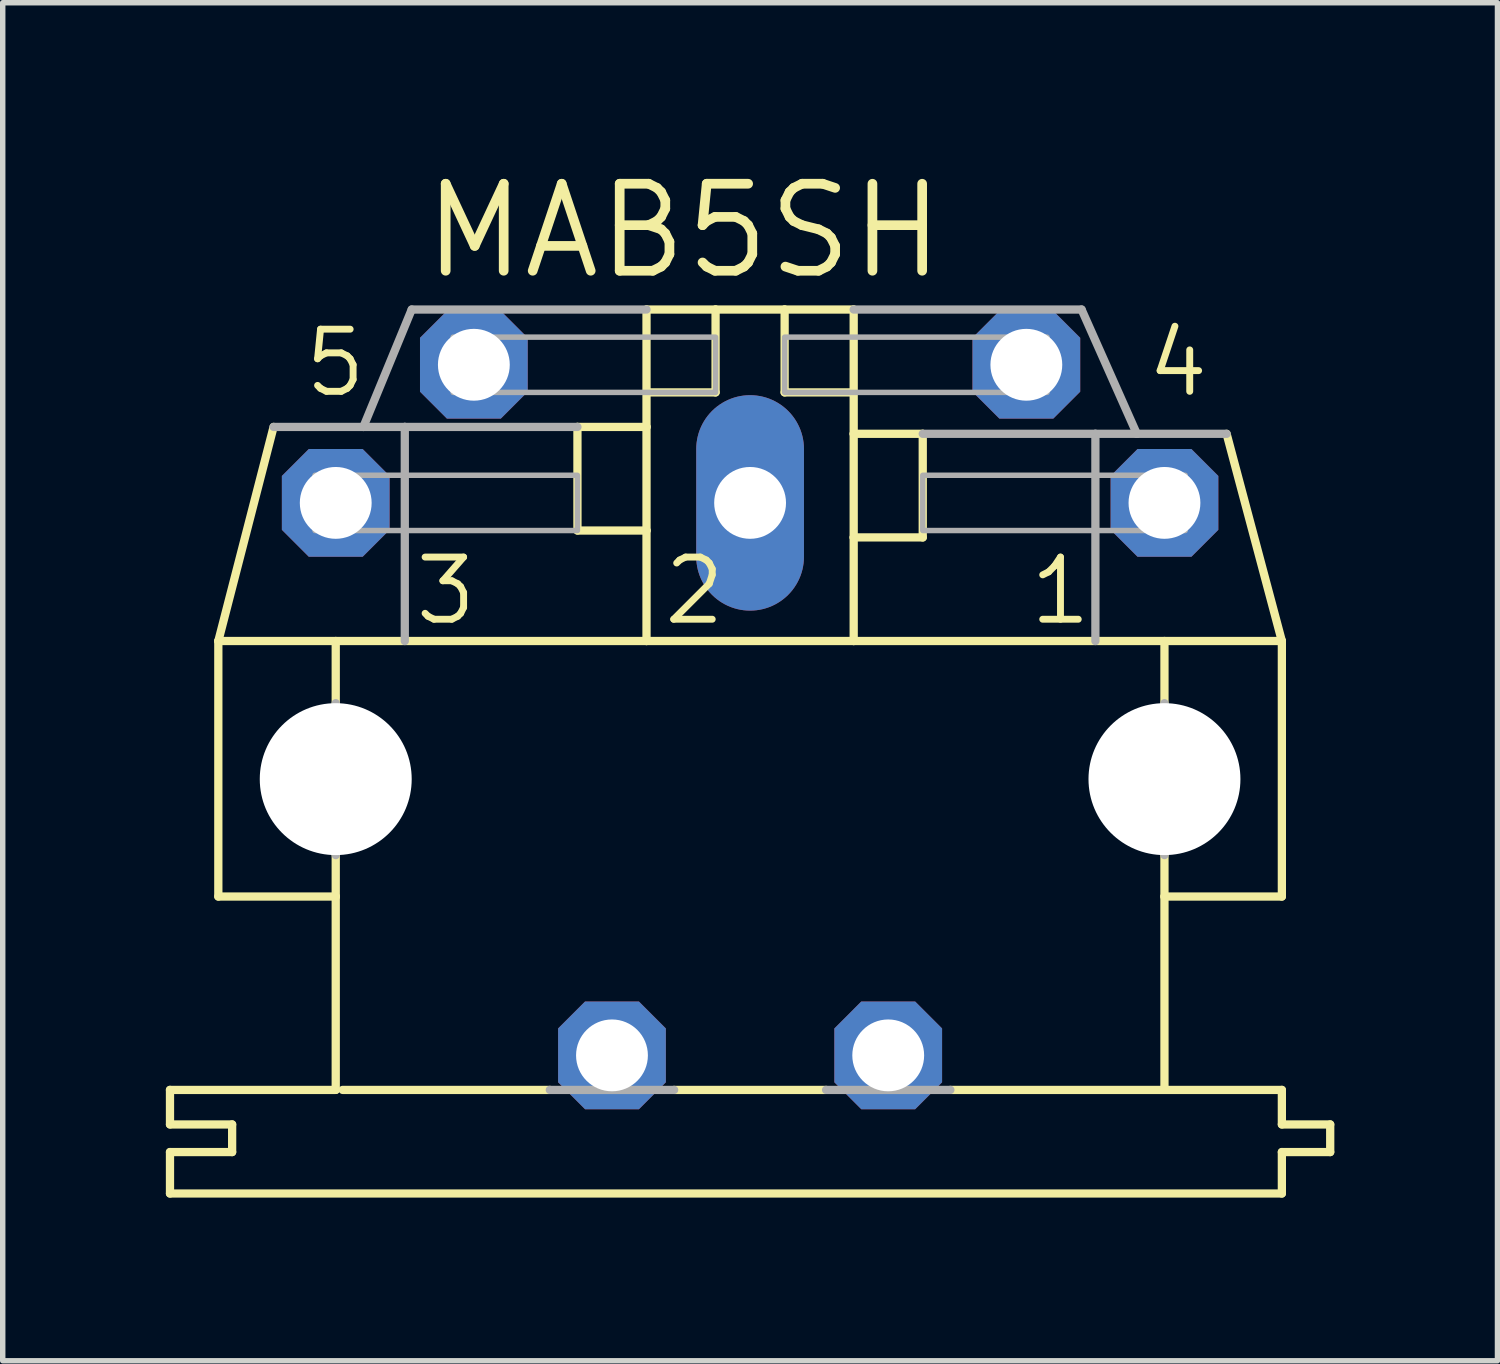
<source format=kicad_pcb>
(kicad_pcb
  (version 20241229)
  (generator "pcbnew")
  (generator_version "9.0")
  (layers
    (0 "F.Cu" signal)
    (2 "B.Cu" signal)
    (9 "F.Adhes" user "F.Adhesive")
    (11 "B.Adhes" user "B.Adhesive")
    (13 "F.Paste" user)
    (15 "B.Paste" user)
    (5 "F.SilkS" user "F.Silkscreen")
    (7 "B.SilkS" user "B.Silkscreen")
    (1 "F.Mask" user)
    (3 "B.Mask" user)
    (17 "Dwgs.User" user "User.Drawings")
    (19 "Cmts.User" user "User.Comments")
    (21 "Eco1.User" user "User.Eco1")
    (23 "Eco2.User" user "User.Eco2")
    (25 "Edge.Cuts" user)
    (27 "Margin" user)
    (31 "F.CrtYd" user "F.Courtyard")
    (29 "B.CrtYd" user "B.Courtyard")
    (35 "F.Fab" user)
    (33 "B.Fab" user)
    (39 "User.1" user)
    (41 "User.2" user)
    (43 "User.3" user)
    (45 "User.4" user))
  (footprint "MAB5SH"
    (layer "F.Cu")
    (at 10.744 11.278)
    (property "Reference" "MAB5SH" (at -6.096 -9.144 0) (layer "F.SilkS") (effects (font (size 1.6 1.6) (thickness 0.178)) (justify left bottom)))
    (fp_line (start -10.668 6.35) (end -10.668 5.715) (stroke (width 0.152) (type solid)) (layer "F.SilkS"))
    (fp_line (start -10.668 6.35) (end -9.525 6.35) (stroke (width 0.152) (type solid)) (layer "F.SilkS"))
    (fp_line (start -10.668 7.62) (end -10.668 6.858) (stroke (width 0.152) (type solid)) (layer "F.SilkS"))
    (fp_line (start -10.668 7.62) (end 9.779 7.62) (stroke (width 0.152) (type solid)) (layer "F.SilkS"))
    (fp_line (start -9.779 2.159) (end -9.779 -2.54) (stroke (width 0.152) (type solid)) (layer "F.SilkS"))
    (fp_line (start -9.779 2.159) (end -7.62 2.159) (stroke (width 0.152) (type solid)) (layer "F.SilkS"))
    (fp_line (start -9.525 6.858) (end -10.668 6.858) (stroke (width 0.152) (type solid)) (layer "F.SilkS"))
    (fp_line (start -9.525 6.858) (end -9.525 6.35) (stroke (width 0.152) (type solid)) (layer "F.SilkS"))
    (fp_line (start -8.763 -6.477) (end -9.779 -2.54) (stroke (width 0.152) (type solid)) (layer "F.SilkS"))
    (fp_line (start -7.62 -2.54) (end -9.779 -2.54) (stroke (width 0.152) (type solid)) (layer "F.SilkS"))
    (fp_line (start -7.62 -2.54) (end -7.62 -1.397) (stroke (width 0.152) (type solid)) (layer "F.SilkS"))
    (fp_line (start -7.62 2.159) (end -7.62 1.397) (stroke (width 0.152) (type solid)) (layer "F.SilkS"))
    (fp_line (start -7.62 5.715) (end -10.668 5.715) (stroke (width 0.152) (type solid)) (layer "F.SilkS"))
    (fp_line (start -7.62 5.715) (end -7.62 2.159) (stroke (width 0.152) (type solid)) (layer "F.SilkS"))
    (fp_line (start -7.493 5.715) (end -3.683 5.715) (stroke (width 0.152) (type solid)) (layer "F.SilkS"))
    (fp_line (start -3.175 -6.477) (end -3.175 -4.572) (stroke (width 0.152) (type solid)) (layer "F.SilkS"))
    (fp_line (start -1.905 -8.636) (end -1.905 -7.112) (stroke (width 0.152) (type solid)) (layer "F.SilkS"))
    (fp_line (start -1.905 -7.112) (end -1.905 -6.477) (stroke (width 0.152) (type solid)) (layer "F.SilkS"))
    (fp_line (start -1.905 -7.112) (end -0.635 -7.112) (stroke (width 0.152) (type solid)) (layer "F.SilkS"))
    (fp_line (start -1.905 -6.477) (end -3.175 -6.477) (stroke (width 0.152) (type solid)) (layer "F.SilkS"))
    (fp_line (start -1.905 -6.477) (end -1.905 -4.572) (stroke (width 0.152) (type solid)) (layer "F.SilkS"))
    (fp_line (start -1.905 -4.572) (end -3.175 -4.572) (stroke (width 0.152) (type solid)) (layer "F.SilkS"))
    (fp_line (start -1.905 -4.572) (end -1.905 -2.54) (stroke (width 0.152) (type solid)) (layer "F.SilkS"))
    (fp_line (start -1.905 -2.54) (end -7.62 -2.54) (stroke (width 0.152) (type solid)) (layer "F.SilkS"))
    (fp_line (start -1.397 5.715) (end 1.397 5.715) (stroke (width 0.152) (type solid)) (layer "F.SilkS"))
    (fp_line (start -0.635 -8.636) (end -1.905 -8.636) (stroke (width 0.152) (type solid)) (layer "F.SilkS"))
    (fp_line (start -0.635 -8.636) (end -0.635 -7.112) (stroke (width 0.152) (type solid)) (layer "F.SilkS"))
    (fp_line (start 0.635 -8.636) (end -0.635 -8.636) (stroke (width 0.152) (type solid)) (layer "F.SilkS"))
    (fp_line (start 0.635 -8.636) (end 0.635 -7.112) (stroke (width 0.152) (type solid)) (layer "F.SilkS"))
    (fp_line (start 1.905 -8.636) (end 0.635 -8.636) (stroke (width 0.152) (type solid)) (layer "F.SilkS"))
    (fp_line (start 1.905 -8.636) (end 1.905 -7.112) (stroke (width 0.152) (type solid)) (layer "F.SilkS"))
    (fp_line (start 1.905 -7.112) (end 0.635 -7.112) (stroke (width 0.152) (type solid)) (layer "F.SilkS"))
    (fp_line (start 1.905 -7.112) (end 1.905 -6.35) (stroke (width 0.152) (type solid)) (layer "F.SilkS"))
    (fp_line (start 1.905 -6.35) (end 1.905 -4.445) (stroke (width 0.152) (type solid)) (layer "F.SilkS"))
    (fp_line (start 1.905 -4.445) (end 1.905 -2.54) (stroke (width 0.152) (type solid)) (layer "F.SilkS"))
    (fp_line (start 1.905 -4.445) (end 3.175 -4.445) (stroke (width 0.152) (type solid)) (layer "F.SilkS"))
    (fp_line (start 1.905 -2.54) (end -1.905 -2.54) (stroke (width 0.152) (type solid)) (layer "F.SilkS"))
    (fp_line (start 3.175 -6.35) (end 1.905 -6.35) (stroke (width 0.152) (type solid)) (layer "F.SilkS"))
    (fp_line (start 3.175 -6.35) (end 3.175 -4.445) (stroke (width 0.152) (type solid)) (layer "F.SilkS"))
    (fp_line (start 3.683 5.715) (end 7.62 5.715) (stroke (width 0.152) (type solid)) (layer "F.SilkS"))
    (fp_line (start 7.62 -2.54) (end 1.905 -2.54) (stroke (width 0.152) (type solid)) (layer "F.SilkS"))
    (fp_line (start 7.62 -2.54) (end 7.62 -1.397) (stroke (width 0.152) (type solid)) (layer "F.SilkS"))
    (fp_line (start 7.62 2.159) (end 7.62 1.397) (stroke (width 0.152) (type solid)) (layer "F.SilkS"))
    (fp_line (start 7.62 5.715) (end 7.62 2.159) (stroke (width 0.152) (type solid)) (layer "F.SilkS"))
    (fp_line (start 8.763 -6.35) (end 9.779 -2.54) (stroke (width 0.152) (type solid)) (layer "F.SilkS"))
    (fp_line (start 9.779 -2.54) (end 7.62 -2.54) (stroke (width 0.152) (type solid)) (layer "F.SilkS"))
    (fp_line (start 9.779 2.159) (end 7.62 2.159) (stroke (width 0.152) (type solid)) (layer "F.SilkS"))
    (fp_line (start 9.779 2.159) (end 9.779 -2.54) (stroke (width 0.152) (type solid)) (layer "F.SilkS"))
    (fp_line (start 9.779 5.715) (end 7.62 5.715) (stroke (width 0.152) (type solid)) (layer "F.SilkS"))
    (fp_line (start 9.779 5.715) (end 9.779 6.35) (stroke (width 0.152) (type solid)) (layer "F.SilkS"))
    (fp_line (start 9.779 7.62) (end 9.779 6.858) (stroke (width 0.152) (type solid)) (layer "F.SilkS"))
    (fp_line (start 10.668 6.35) (end 9.779 6.35) (stroke (width 0.152) (type solid)) (layer "F.SilkS"))
    (fp_line (start 10.668 6.858) (end 9.779 6.858) (stroke (width 0.152) (type solid)) (layer "F.SilkS"))
    (fp_line (start 10.668 6.858) (end 10.668 6.35) (stroke (width 0.152) (type solid)) (layer "F.SilkS"))
    (fp_line (start -8.763 -6.477) (end -7.112 -6.477) (stroke (width 0.152) (type solid)) (layer "F.Fab"))
    (fp_line (start -7.62 -1.397) (end -7.62 1.397) (stroke (width 0.152) (type solid)) (layer "F.Fab"))
    (fp_line (start -7.112 -6.477) (end -6.223 -8.636) (stroke (width 0.152) (type solid)) (layer "F.Fab"))
    (fp_line (start -6.35 -6.477) (end -7.112 -6.477) (stroke (width 0.152) (type solid)) (layer "F.Fab"))
    (fp_line (start -6.35 -6.477) (end -6.35 -2.54) (stroke (width 0.152) (type solid)) (layer "F.Fab"))
    (fp_line (start -3.175 -6.477) (end -6.35 -6.477) (stroke (width 0.152) (type solid)) (layer "F.Fab"))
    (fp_line (start -1.905 -8.636) (end -6.223 -8.636) (stroke (width 0.152) (type solid)) (layer "F.Fab"))
    (fp_line (start -1.397 5.715) (end -3.683 5.715) (stroke (width 0.152) (type solid)) (layer "F.Fab"))
    (fp_line (start 3.683 5.715) (end 1.397 5.715) (stroke (width 0.152) (type solid)) (layer "F.Fab"))
    (fp_line (start 6.096 -8.636) (end 1.905 -8.636) (stroke (width 0.152) (type solid)) (layer "F.Fab"))
    (fp_line (start 6.096 -8.636) (end 7.112 -6.35) (stroke (width 0.152) (type solid)) (layer "F.Fab"))
    (fp_line (start 6.35 -6.35) (end 3.175 -6.35) (stroke (width 0.152) (type solid)) (layer "F.Fab"))
    (fp_line (start 6.35 -6.35) (end 6.35 -2.54) (stroke (width 0.152) (type solid)) (layer "F.Fab"))
    (fp_line (start 7.112 -6.35) (end 6.35 -6.35) (stroke (width 0.152) (type solid)) (layer "F.Fab"))
    (fp_line (start 7.62 -1.397) (end 7.62 1.397) (stroke (width 0.152) (type solid)) (layer "F.Fab"))
    (fp_line (start 8.763 -6.35) (end 7.112 -6.35) (stroke (width 0.152) (type solid)) (layer "F.Fab"))
    (fp_poly (pts (xy -8.001 -4.572) (xy -3.175 -4.572) (xy -3.175 -5.588) (xy -8.001 -5.588)) (stroke (width 0.1) (type solid)) (fill no) (layer "F.Fab"))
    (fp_poly (pts (xy -5.461 -7.112) (xy -0.635 -7.112) (xy -0.635 -8.128) (xy -5.461 -8.128)) (stroke (width 0.1) (type solid)) (fill no) (layer "F.Fab"))
    (fp_poly (pts (xy 0.635 -7.112) (xy 5.461 -7.112) (xy 5.461 -8.128) (xy 0.635 -8.128)) (stroke (width 0.1) (type solid)) (fill no) (layer "F.Fab"))
    (fp_poly (pts (xy 3.175 -4.572) (xy 8.001 -4.572) (xy 8.001 -5.588) (xy 3.175 -5.588)) (stroke (width 0.1) (type solid)) (fill no) (layer "F.Fab"))
    (fp_text user "4" (at 7.239 -6.985 0) (layer "F.SilkS") (effects (font (size 1.143 1.143) (thickness 0.127)) (justify left bottom)))
    (fp_text user "5" (at -8.255 -6.985 0) (layer "F.SilkS") (effects (font (size 1.143 1.143) (thickness 0.127)) (justify left bottom)))
    (fp_text user "2" (at -1.651 -2.794 0) (layer "F.SilkS") (effects (font (size 1.143 1.143) (thickness 0.127)) (justify left bottom)))
    (fp_text user "1" (at 5.08 -2.794 0) (layer "F.SilkS") (effects (font (size 1.143 1.143) (thickness 0.127)) (justify left bottom)))
    (fp_text user "3" (at -6.223 -2.794 0) (layer "F.SilkS") (effects (font (size 1.143 1.143) (thickness 0.127)) (justify left bottom)))
    (pad "" np_thru_hole circle (at -7.62 0) (size 2.794 2.794) (drill 2.794) (layers "*.Cu" "*.Mask"))
    (pad "" np_thru_hole circle (at 7.62 0) (size 2.794 2.794) (drill 2.794) (layers "*.Cu" "*.Mask"))
    (pad "1" thru_hole roundrect (at 7.62 -5.08) (size 1.981 1.981) (drill 1.321) (layers "*.Cu" "*.Mask") (roundrect_rratio 0.25) (chamfer_ratio 0.25) (chamfer top_left top_right bottom_left bottom_right))
    (pad "2" thru_hole oval (at 0 -5.08 90) (size 3.962 1.981) (drill 1.321) (layers "*.Cu" "*.Mask"))
    (pad "3" thru_hole roundrect (at -7.62 -5.08) (size 1.981 1.981) (drill 1.321) (layers "*.Cu" "*.Mask") (roundrect_rratio 0.25) (chamfer_ratio 0.25) (chamfer top_left top_right bottom_left bottom_right))
    (pad "4" thru_hole roundrect (at 5.08 -7.62) (size 1.981 1.981) (drill 1.321) (layers "*.Cu" "*.Mask") (roundrect_rratio 0.25) (chamfer_ratio 0.25) (chamfer top_left top_right bottom_left bottom_right))
    (pad "5" thru_hole roundrect (at -5.08 -7.62) (size 1.981 1.981) (drill 1.321) (layers "*.Cu" "*.Mask") (roundrect_rratio 0.25) (chamfer_ratio 0.25) (chamfer top_left top_right bottom_left bottom_right))
    (pad "PE" thru_hole roundrect (at -2.54 5.08) (size 1.981 1.981) (drill 1.321) (layers "*.Cu" "*.Mask") (roundrect_rratio 0.25) (chamfer_ratio 0.25) (chamfer top_left top_right bottom_left bottom_right))
    (pad "PE@" thru_hole roundrect (at 2.54 5.08) (size 1.981 1.981) (drill 1.321) (layers "*.Cu" "*.Mask") (roundrect_rratio 0.25) (chamfer_ratio 0.25) (chamfer top_left top_right bottom_left bottom_right)))
  (gr_rect
    (start -3 -3)
    (end 24.488 21.974)
    (stroke (width 0.1) (type default))
    (fill no)
    (layer "Edge.Cuts")))
</source>
